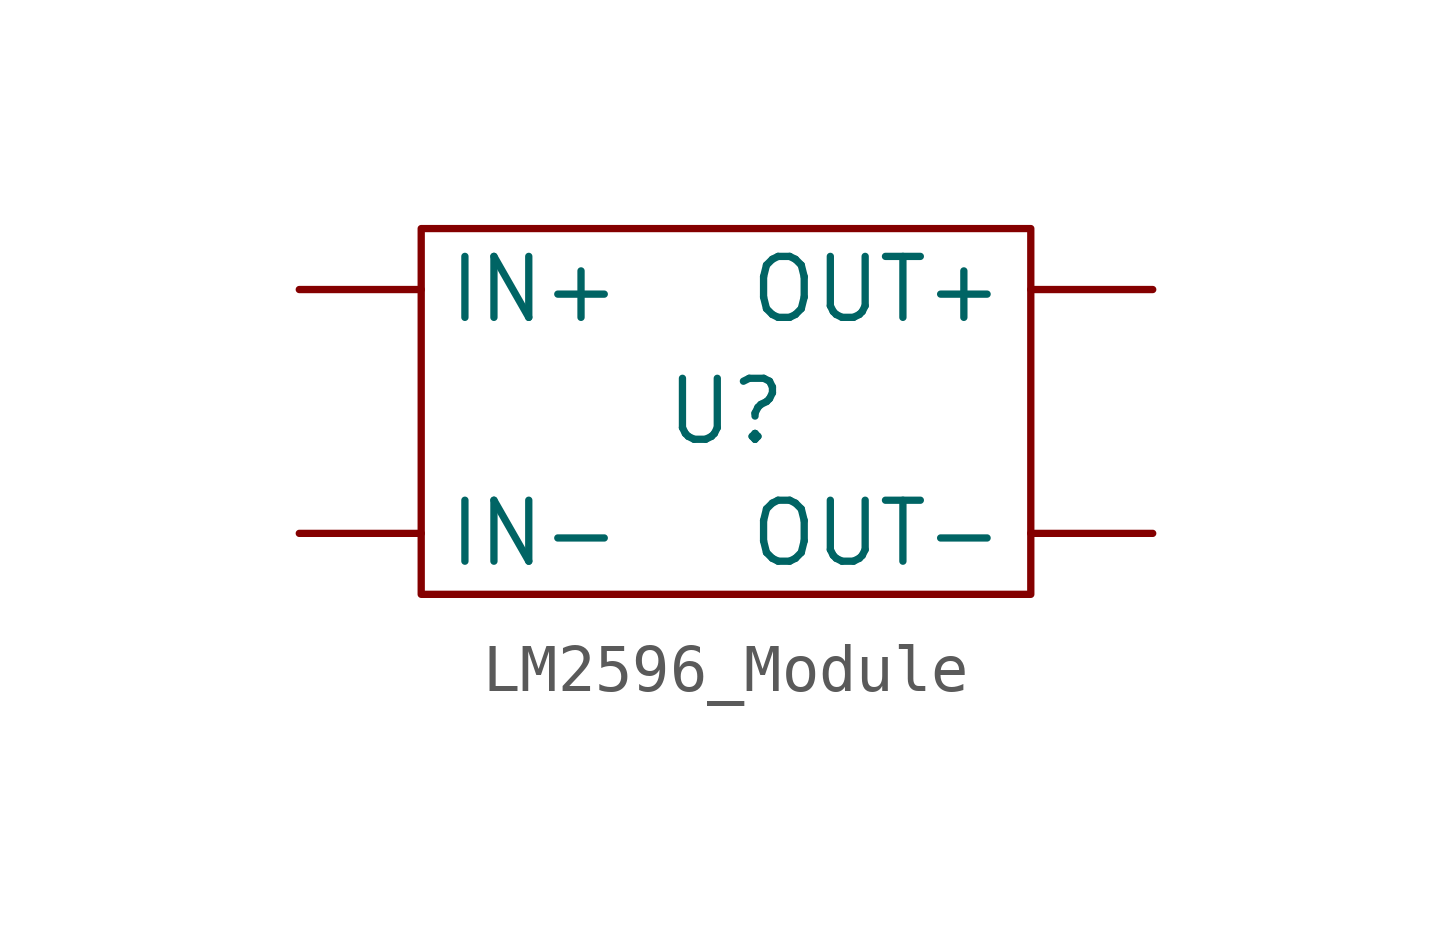
<source format=kicad_sym>
(kicad_symbol_lib
  (version 20241209)
  (generator "kicad_symbol_editor")
  (generator_version "9.0")
  (symbol "LM2596_Module"
    (property "Reference" "U"
      (at 0 0 0)
      (effects (font (size 1.27 1.27))))
    (property "Value" ""
      (at 0 0 0)
      (effects (font (size 1.27 1.27))))
    (symbol "LM2596_Module_0_1"
      (rectangle (start -6.35 3.81) (end 6.35 -3.81) (stroke (width 0) (type default)) (fill (type none))))
    (symbol "LM2596_Module_1_1"
      (pin input line (at -8.89 2.54 0) (length 2.54) (name "IN+" (effects (font (size 1.27 1.27)))) (number "" (effects (font (size 1.27 1.27)))))
      (pin input line (at -8.89 -2.54 0) (length 2.54) (name "IN-" (effects (font (size 1.27 1.27)))) (number "" (effects (font (size 1.27 1.27)))))
      (pin output line (at 8.89 2.54 180) (length 2.54) (name "OUT+" (effects (font (size 1.27 1.27)))) (number "" (effects (font (size 1.27 1.27)))))
      (pin output line (at 8.89 -2.54 180) (length 2.54) (name "OUT-" (effects (font (size 1.27 1.27)))) (number "" (effects (font (size 1.27 1.27))))))))
</source>
